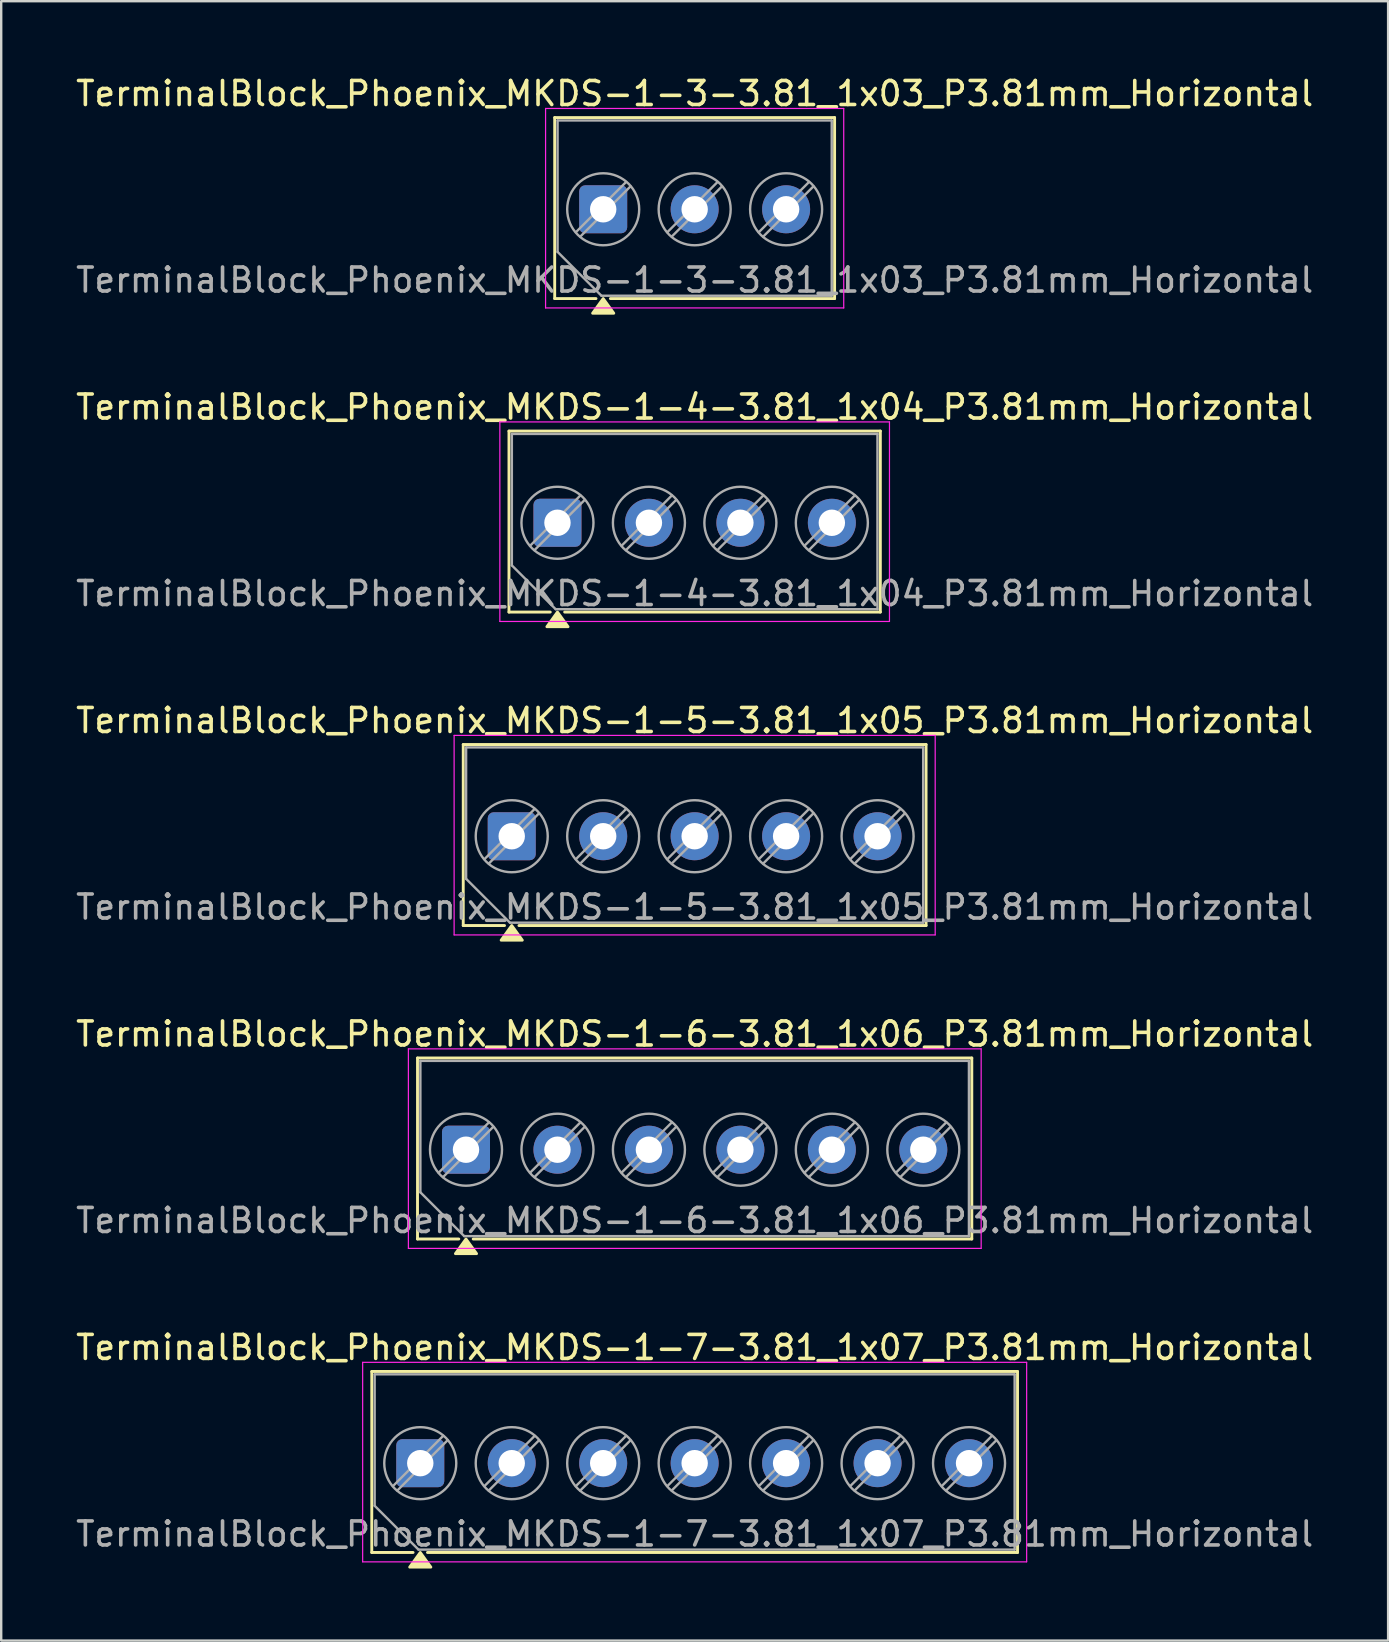
<source format=kicad_pcb>
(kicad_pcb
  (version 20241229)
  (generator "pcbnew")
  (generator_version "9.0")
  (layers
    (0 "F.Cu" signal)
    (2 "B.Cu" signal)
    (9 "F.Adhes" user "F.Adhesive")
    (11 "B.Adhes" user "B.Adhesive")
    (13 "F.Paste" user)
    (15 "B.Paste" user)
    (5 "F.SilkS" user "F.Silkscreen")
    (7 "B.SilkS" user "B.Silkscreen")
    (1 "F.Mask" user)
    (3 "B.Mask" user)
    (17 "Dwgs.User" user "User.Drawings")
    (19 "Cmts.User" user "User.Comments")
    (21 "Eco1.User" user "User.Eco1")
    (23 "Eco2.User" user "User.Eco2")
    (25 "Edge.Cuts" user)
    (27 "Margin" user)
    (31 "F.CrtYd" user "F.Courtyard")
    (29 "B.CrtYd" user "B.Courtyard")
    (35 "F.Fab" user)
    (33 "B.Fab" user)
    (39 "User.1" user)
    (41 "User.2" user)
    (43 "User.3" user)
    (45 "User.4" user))
  (footprint "TerminalBlock_Phoenix_MKDS-1-3-3.81_1x03_P3.81mm_Horizontal"
    (layer "F.Cu")
    (at 22.077 5.668)
    (property "Reference" "TerminalBlock_Phoenix_MKDS-1-3-3.81_1x03_P3.81mm_Horizontal" (at 3.81 -4.82 0) (layer "F.SilkS") (effects (font (size 1 1) (thickness 0.15))))
    (attr through_hole)
    (fp_line (start -2.02 -3.82) (end 9.64 -3.82) (stroke (width 0.12) (type solid)) (layer "F.SilkS"))
    (fp_line (start -2.02 3.72) (end -2.02 -3.82) (stroke (width 0.12) (type solid)) (layer "F.SilkS"))
    (fp_line (start -0.3 3.72) (end -2.02 3.72) (stroke (width 0.12) (type solid)) (layer "F.SilkS"))
    (fp_line (start 9.64 -3.82) (end 9.64 3.72) (stroke (width 0.12) (type solid)) (layer "F.SilkS"))
    (fp_line (start 9.64 3.72) (end 0.3 3.72) (stroke (width 0.12) (type solid)) (layer "F.SilkS"))
    (fp_poly (pts (xy 0 3.72) (xy 0.44 4.33) (xy -0.44 4.33)) (stroke (width 0.12) (type solid)) (fill yes) (layer "F.SilkS"))
    (fp_line (start -2.4 -4.2) (end -2.4 4.11) (stroke (width 0.05) (type solid)) (layer "F.CrtYd"))
    (fp_line (start -2.4 4.11) (end 10.02 4.11) (stroke (width 0.05) (type solid)) (layer "F.CrtYd"))
    (fp_line (start 10.02 -4.2) (end -2.4 -4.2) (stroke (width 0.05) (type solid)) (layer "F.CrtYd"))
    (fp_line (start 10.02 4.11) (end 10.02 -4.2) (stroke (width 0.05) (type solid)) (layer "F.CrtYd"))
    (fp_line (start -1.9 -3.7) (end 9.52 -3.7) (stroke (width 0.1) (type solid)) (layer "F.Fab"))
    (fp_line (start -1.9 1.775) (end -1.9 -3.7) (stroke (width 0.1) (type solid)) (layer "F.Fab"))
    (fp_line (start -0.075 3.6) (end -1.9 1.775) (stroke (width 0.1) (type solid)) (layer "F.Fab"))
    (fp_line (start 0.955 -1.138) (end -1.138 0.955) (stroke (width 0.1) (type solid)) (layer "F.Fab"))
    (fp_line (start 1.138 -0.955) (end -0.955 1.138) (stroke (width 0.1) (type solid)) (layer "F.Fab"))
    (fp_line (start 4.765 -1.138) (end 2.672 0.955) (stroke (width 0.1) (type solid)) (layer "F.Fab"))
    (fp_line (start 4.948 -0.955) (end 2.855 1.138) (stroke (width 0.1) (type solid)) (layer "F.Fab"))
    (fp_line (start 8.575 -1.138) (end 6.482 0.955) (stroke (width 0.1) (type solid)) (layer "F.Fab"))
    (fp_line (start 8.758 -0.955) (end 6.665 1.138) (stroke (width 0.1) (type solid)) (layer "F.Fab"))
    (fp_line (start 9.52 -3.7) (end 9.52 3.6) (stroke (width 0.1) (type solid)) (layer "F.Fab"))
    (fp_line (start 9.52 3.6) (end -0.075 3.6) (stroke (width 0.1) (type solid)) (layer "F.Fab"))
    (fp_circle (center 0 0) (end 1.5 0) (stroke (width 0.1) (type solid)) (fill no) (layer "F.Fab"))
    (fp_circle (center 3.81 0) (end 5.31 0) (stroke (width 0.1) (type solid)) (fill no) (layer "F.Fab"))
    (fp_circle (center 7.62 0) (end 9.12 0) (stroke (width 0.1) (type solid)) (fill no) (layer "F.Fab"))
    (fp_text user "${REFERENCE}" (at 3.81 2.95 0) (layer "F.Fab") (effects (font (size 1 1) (thickness 0.15))))
    (pad "1" thru_hole roundrect (at 0 0) (size 2 2) (drill 1.1) (layers "*.Cu" "*.Mask") (roundrect_rratio 0.125))
    (pad "2" thru_hole circle (at 3.81 0) (size 2 2) (drill 1.1) (layers "*.Cu" "*.Mask"))
    (pad "3" thru_hole circle (at 7.62 0) (size 2 2) (drill 1.1) (layers "*.Cu" "*.Mask")))
  (footprint "TerminalBlock_Phoenix_MKDS-1-6-3.81_1x06_P3.81mm_Horizontal"
    (layer "F.Cu")
    (at 16.362 44.843)
    (property "Reference" "TerminalBlock_Phoenix_MKDS-1-6-3.81_1x06_P3.81mm_Horizontal" (at 9.525 -4.82 0) (layer "F.SilkS") (effects (font (size 1 1) (thickness 0.15))))
    (attr through_hole)
    (fp_line (start -2.02 -3.82) (end 21.07 -3.82) (stroke (width 0.12) (type solid)) (layer "F.SilkS"))
    (fp_line (start -2.02 3.72) (end -2.02 -3.82) (stroke (width 0.12) (type solid)) (layer "F.SilkS"))
    (fp_line (start -0.3 3.72) (end -2.02 3.72) (stroke (width 0.12) (type solid)) (layer "F.SilkS"))
    (fp_line (start 21.07 -3.82) (end 21.07 3.72) (stroke (width 0.12) (type solid)) (layer "F.SilkS"))
    (fp_line (start 21.07 3.72) (end 0.3 3.72) (stroke (width 0.12) (type solid)) (layer "F.SilkS"))
    (fp_poly (pts (xy 0 3.72) (xy 0.44 4.33) (xy -0.44 4.33)) (stroke (width 0.12) (type solid)) (fill yes) (layer "F.SilkS"))
    (fp_line (start -2.4 -4.2) (end -2.4 4.11) (stroke (width 0.05) (type solid)) (layer "F.CrtYd"))
    (fp_line (start -2.4 4.11) (end 21.46 4.11) (stroke (width 0.05) (type solid)) (layer "F.CrtYd"))
    (fp_line (start 21.46 -4.2) (end -2.4 -4.2) (stroke (width 0.05) (type solid)) (layer "F.CrtYd"))
    (fp_line (start 21.46 4.11) (end 21.46 -4.2) (stroke (width 0.05) (type solid)) (layer "F.CrtYd"))
    (fp_line (start -1.9 -3.7) (end 20.95 -3.7) (stroke (width 0.1) (type solid)) (layer "F.Fab"))
    (fp_line (start -1.9 1.775) (end -1.9 -3.7) (stroke (width 0.1) (type solid)) (layer "F.Fab"))
    (fp_line (start -0.075 3.6) (end -1.9 1.775) (stroke (width 0.1) (type solid)) (layer "F.Fab"))
    (fp_line (start 0.955 -1.138) (end -1.138 0.955) (stroke (width 0.1) (type solid)) (layer "F.Fab"))
    (fp_line (start 1.138 -0.955) (end -0.955 1.138) (stroke (width 0.1) (type solid)) (layer "F.Fab"))
    (fp_line (start 4.765 -1.138) (end 2.672 0.955) (stroke (width 0.1) (type solid)) (layer "F.Fab"))
    (fp_line (start 4.948 -0.955) (end 2.855 1.138) (stroke (width 0.1) (type solid)) (layer "F.Fab"))
    (fp_line (start 8.575 -1.138) (end 6.482 0.955) (stroke (width 0.1) (type solid)) (layer "F.Fab"))
    (fp_line (start 8.758 -0.955) (end 6.665 1.138) (stroke (width 0.1) (type solid)) (layer "F.Fab"))
    (fp_line (start 12.385 -1.138) (end 10.292 0.955) (stroke (width 0.1) (type solid)) (layer "F.Fab"))
    (fp_line (start 12.568 -0.955) (end 10.475 1.138) (stroke (width 0.1) (type solid)) (layer "F.Fab"))
    (fp_line (start 16.195 -1.138) (end 14.102 0.955) (stroke (width 0.1) (type solid)) (layer "F.Fab"))
    (fp_line (start 16.378 -0.955) (end 14.285 1.138) (stroke (width 0.1) (type solid)) (layer "F.Fab"))
    (fp_line (start 20.005 -1.138) (end 17.912 0.955) (stroke (width 0.1) (type solid)) (layer "F.Fab"))
    (fp_line (start 20.188 -0.955) (end 18.095 1.138) (stroke (width 0.1) (type solid)) (layer "F.Fab"))
    (fp_line (start 20.95 -3.7) (end 20.95 3.6) (stroke (width 0.1) (type solid)) (layer "F.Fab"))
    (fp_line (start 20.95 3.6) (end -0.075 3.6) (stroke (width 0.1) (type solid)) (layer "F.Fab"))
    (fp_circle (center 0 0) (end 1.5 0) (stroke (width 0.1) (type solid)) (fill no) (layer "F.Fab"))
    (fp_circle (center 3.81 0) (end 5.31 0) (stroke (width 0.1) (type solid)) (fill no) (layer "F.Fab"))
    (fp_circle (center 7.62 0) (end 9.12 0) (stroke (width 0.1) (type solid)) (fill no) (layer "F.Fab"))
    (fp_circle (center 11.43 0) (end 12.93 0) (stroke (width 0.1) (type solid)) (fill no) (layer "F.Fab"))
    (fp_circle (center 15.24 0) (end 16.74 0) (stroke (width 0.1) (type solid)) (fill no) (layer "F.Fab"))
    (fp_circle (center 19.05 0) (end 20.55 0) (stroke (width 0.1) (type solid)) (fill no) (layer "F.Fab"))
    (fp_text user "${REFERENCE}" (at 9.525 2.95 0) (layer "F.Fab") (effects (font (size 1 1) (thickness 0.15))))
    (pad "1" thru_hole roundrect (at 0 0) (size 2 2) (drill 1.1) (layers "*.Cu" "*.Mask") (roundrect_rratio 0.125))
    (pad "2" thru_hole circle (at 3.81 0) (size 2 2) (drill 1.1) (layers "*.Cu" "*.Mask"))
    (pad "3" thru_hole circle (at 7.62 0) (size 2 2) (drill 1.1) (layers "*.Cu" "*.Mask"))
    (pad "4" thru_hole circle (at 11.43 0) (size 2 2) (drill 1.1) (layers "*.Cu" "*.Mask"))
    (pad "5" thru_hole circle (at 15.24 0) (size 2 2) (drill 1.1) (layers "*.Cu" "*.Mask"))
    (pad "6" thru_hole circle (at 19.05 0) (size 2 2) (drill 1.1) (layers "*.Cu" "*.Mask")))
  (footprint "TerminalBlock_Phoenix_MKDS-1-4-3.81_1x04_P3.81mm_Horizontal"
    (layer "F.Cu")
    (at 20.172 18.727)
    (property "Reference" "TerminalBlock_Phoenix_MKDS-1-4-3.81_1x04_P3.81mm_Horizontal" (at 5.715 -4.82 0) (layer "F.SilkS") (effects (font (size 1 1) (thickness 0.15))))
    (attr through_hole)
    (fp_line (start -2.02 -3.82) (end 13.45 -3.82) (stroke (width 0.12) (type solid)) (layer "F.SilkS"))
    (fp_line (start -2.02 3.72) (end -2.02 -3.82) (stroke (width 0.12) (type solid)) (layer "F.SilkS"))
    (fp_line (start -0.3 3.72) (end -2.02 3.72) (stroke (width 0.12) (type solid)) (layer "F.SilkS"))
    (fp_line (start 13.45 -3.82) (end 13.45 3.72) (stroke (width 0.12) (type solid)) (layer "F.SilkS"))
    (fp_line (start 13.45 3.72) (end 0.3 3.72) (stroke (width 0.12) (type solid)) (layer "F.SilkS"))
    (fp_poly (pts (xy 0 3.72) (xy 0.44 4.33) (xy -0.44 4.33)) (stroke (width 0.12) (type solid)) (fill yes) (layer "F.SilkS"))
    (fp_line (start -2.4 -4.2) (end -2.4 4.11) (stroke (width 0.05) (type solid)) (layer "F.CrtYd"))
    (fp_line (start -2.4 4.11) (end 13.83 4.11) (stroke (width 0.05) (type solid)) (layer "F.CrtYd"))
    (fp_line (start 13.83 -4.2) (end -2.4 -4.2) (stroke (width 0.05) (type solid)) (layer "F.CrtYd"))
    (fp_line (start 13.83 4.11) (end 13.83 -4.2) (stroke (width 0.05) (type solid)) (layer "F.CrtYd"))
    (fp_line (start -1.9 -3.7) (end 13.33 -3.7) (stroke (width 0.1) (type solid)) (layer "F.Fab"))
    (fp_line (start -1.9 1.775) (end -1.9 -3.7) (stroke (width 0.1) (type solid)) (layer "F.Fab"))
    (fp_line (start -0.075 3.6) (end -1.9 1.775) (stroke (width 0.1) (type solid)) (layer "F.Fab"))
    (fp_line (start 0.955 -1.138) (end -1.138 0.955) (stroke (width 0.1) (type solid)) (layer "F.Fab"))
    (fp_line (start 1.138 -0.955) (end -0.955 1.138) (stroke (width 0.1) (type solid)) (layer "F.Fab"))
    (fp_line (start 4.765 -1.138) (end 2.672 0.955) (stroke (width 0.1) (type solid)) (layer "F.Fab"))
    (fp_line (start 4.948 -0.955) (end 2.855 1.138) (stroke (width 0.1) (type solid)) (layer "F.Fab"))
    (fp_line (start 8.575 -1.138) (end 6.482 0.955) (stroke (width 0.1) (type solid)) (layer "F.Fab"))
    (fp_line (start 8.758 -0.955) (end 6.665 1.138) (stroke (width 0.1) (type solid)) (layer "F.Fab"))
    (fp_line (start 12.385 -1.138) (end 10.292 0.955) (stroke (width 0.1) (type solid)) (layer "F.Fab"))
    (fp_line (start 12.568 -0.955) (end 10.475 1.138) (stroke (width 0.1) (type solid)) (layer "F.Fab"))
    (fp_line (start 13.33 -3.7) (end 13.33 3.6) (stroke (width 0.1) (type solid)) (layer "F.Fab"))
    (fp_line (start 13.33 3.6) (end -0.075 3.6) (stroke (width 0.1) (type solid)) (layer "F.Fab"))
    (fp_circle (center 0 0) (end 1.5 0) (stroke (width 0.1) (type solid)) (fill no) (layer "F.Fab"))
    (fp_circle (center 3.81 0) (end 5.31 0) (stroke (width 0.1) (type solid)) (fill no) (layer "F.Fab"))
    (fp_circle (center 7.62 0) (end 9.12 0) (stroke (width 0.1) (type solid)) (fill no) (layer "F.Fab"))
    (fp_circle (center 11.43 0) (end 12.93 0) (stroke (width 0.1) (type solid)) (fill no) (layer "F.Fab"))
    (fp_text user "${REFERENCE}" (at 5.715 2.95 0) (layer "F.Fab") (effects (font (size 1 1) (thickness 0.15))))
    (pad "1" thru_hole roundrect (at 0 0) (size 2 2) (drill 1.1) (layers "*.Cu" "*.Mask") (roundrect_rratio 0.125))
    (pad "2" thru_hole circle (at 3.81 0) (size 2 2) (drill 1.1) (layers "*.Cu" "*.Mask"))
    (pad "3" thru_hole circle (at 7.62 0) (size 2 2) (drill 1.1) (layers "*.Cu" "*.Mask"))
    (pad "4" thru_hole circle (at 11.43 0) (size 2 2) (drill 1.1) (layers "*.Cu" "*.Mask")))
  (footprint "TerminalBlock_Phoenix_MKDS-1-7-3.81_1x07_P3.81mm_Horizontal"
    (layer "F.Cu")
    (at 14.457 57.901)
    (property "Reference" "TerminalBlock_Phoenix_MKDS-1-7-3.81_1x07_P3.81mm_Horizontal" (at 11.43 -4.82 0) (layer "F.SilkS") (effects (font (size 1 1) (thickness 0.15))))
    (attr through_hole)
    (fp_line (start -2.02 -3.82) (end 24.88 -3.82) (stroke (width 0.12) (type solid)) (layer "F.SilkS"))
    (fp_line (start -2.02 3.72) (end -2.02 -3.82) (stroke (width 0.12) (type solid)) (layer "F.SilkS"))
    (fp_line (start -0.3 3.72) (end -2.02 3.72) (stroke (width 0.12) (type solid)) (layer "F.SilkS"))
    (fp_line (start 24.88 -3.82) (end 24.88 3.72) (stroke (width 0.12) (type solid)) (layer "F.SilkS"))
    (fp_line (start 24.88 3.72) (end 0.3 3.72) (stroke (width 0.12) (type solid)) (layer "F.SilkS"))
    (fp_poly (pts (xy 0 3.72) (xy 0.44 4.33) (xy -0.44 4.33)) (stroke (width 0.12) (type solid)) (fill yes) (layer "F.SilkS"))
    (fp_line (start -2.4 -4.2) (end -2.4 4.11) (stroke (width 0.05) (type solid)) (layer "F.CrtYd"))
    (fp_line (start -2.4 4.11) (end 25.26 4.11) (stroke (width 0.05) (type solid)) (layer "F.CrtYd"))
    (fp_line (start 25.26 -4.2) (end -2.4 -4.2) (stroke (width 0.05) (type solid)) (layer "F.CrtYd"))
    (fp_line (start 25.26 4.11) (end 25.26 -4.2) (stroke (width 0.05) (type solid)) (layer "F.CrtYd"))
    (fp_line (start -1.9 -3.7) (end 24.76 -3.7) (stroke (width 0.1) (type solid)) (layer "F.Fab"))
    (fp_line (start -1.9 1.775) (end -1.9 -3.7) (stroke (width 0.1) (type solid)) (layer "F.Fab"))
    (fp_line (start -0.075 3.6) (end -1.9 1.775) (stroke (width 0.1) (type solid)) (layer "F.Fab"))
    (fp_line (start 0.955 -1.138) (end -1.138 0.955) (stroke (width 0.1) (type solid)) (layer "F.Fab"))
    (fp_line (start 1.138 -0.955) (end -0.955 1.138) (stroke (width 0.1) (type solid)) (layer "F.Fab"))
    (fp_line (start 4.765 -1.138) (end 2.672 0.955) (stroke (width 0.1) (type solid)) (layer "F.Fab"))
    (fp_line (start 4.948 -0.955) (end 2.855 1.138) (stroke (width 0.1) (type solid)) (layer "F.Fab"))
    (fp_line (start 8.575 -1.138) (end 6.482 0.955) (stroke (width 0.1) (type solid)) (layer "F.Fab"))
    (fp_line (start 8.758 -0.955) (end 6.665 1.138) (stroke (width 0.1) (type solid)) (layer "F.Fab"))
    (fp_line (start 12.385 -1.138) (end 10.292 0.955) (stroke (width 0.1) (type solid)) (layer "F.Fab"))
    (fp_line (start 12.568 -0.955) (end 10.475 1.138) (stroke (width 0.1) (type solid)) (layer "F.Fab"))
    (fp_line (start 16.195 -1.138) (end 14.102 0.955) (stroke (width 0.1) (type solid)) (layer "F.Fab"))
    (fp_line (start 16.378 -0.955) (end 14.285 1.138) (stroke (width 0.1) (type solid)) (layer "F.Fab"))
    (fp_line (start 20.005 -1.138) (end 17.912 0.955) (stroke (width 0.1) (type solid)) (layer "F.Fab"))
    (fp_line (start 20.188 -0.955) (end 18.095 1.138) (stroke (width 0.1) (type solid)) (layer "F.Fab"))
    (fp_line (start 23.815 -1.138) (end 21.722 0.955) (stroke (width 0.1) (type solid)) (layer "F.Fab"))
    (fp_line (start 23.998 -0.955) (end 21.905 1.138) (stroke (width 0.1) (type solid)) (layer "F.Fab"))
    (fp_line (start 24.76 -3.7) (end 24.76 3.6) (stroke (width 0.1) (type solid)) (layer "F.Fab"))
    (fp_line (start 24.76 3.6) (end -0.075 3.6) (stroke (width 0.1) (type solid)) (layer "F.Fab"))
    (fp_circle (center 0 0) (end 1.5 0) (stroke (width 0.1) (type solid)) (fill no) (layer "F.Fab"))
    (fp_circle (center 3.81 0) (end 5.31 0) (stroke (width 0.1) (type solid)) (fill no) (layer "F.Fab"))
    (fp_circle (center 7.62 0) (end 9.12 0) (stroke (width 0.1) (type solid)) (fill no) (layer "F.Fab"))
    (fp_circle (center 11.43 0) (end 12.93 0) (stroke (width 0.1) (type solid)) (fill no) (layer "F.Fab"))
    (fp_circle (center 15.24 0) (end 16.74 0) (stroke (width 0.1) (type solid)) (fill no) (layer "F.Fab"))
    (fp_circle (center 19.05 0) (end 20.55 0) (stroke (width 0.1) (type solid)) (fill no) (layer "F.Fab"))
    (fp_circle (center 22.86 0) (end 24.36 0) (stroke (width 0.1) (type solid)) (fill no) (layer "F.Fab"))
    (fp_text user "${REFERENCE}" (at 11.43 2.95 0) (layer "F.Fab") (effects (font (size 1 1) (thickness 0.15))))
    (pad "1" thru_hole roundrect (at 0 0) (size 2 2) (drill 1.1) (layers "*.Cu" "*.Mask") (roundrect_rratio 0.125))
    (pad "2" thru_hole circle (at 3.81 0) (size 2 2) (drill 1.1) (layers "*.Cu" "*.Mask"))
    (pad "3" thru_hole circle (at 7.62 0) (size 2 2) (drill 1.1) (layers "*.Cu" "*.Mask"))
    (pad "4" thru_hole circle (at 11.43 0) (size 2 2) (drill 1.1) (layers "*.Cu" "*.Mask"))
    (pad "5" thru_hole circle (at 15.24 0) (size 2 2) (drill 1.1) (layers "*.Cu" "*.Mask"))
    (pad "6" thru_hole circle (at 19.05 0) (size 2 2) (drill 1.1) (layers "*.Cu" "*.Mask"))
    (pad "7" thru_hole circle (at 22.86 0) (size 2 2) (drill 1.1) (layers "*.Cu" "*.Mask")))
  (footprint "TerminalBlock_Phoenix_MKDS-1-5-3.81_1x05_P3.81mm_Horizontal"
    (layer "F.Cu")
    (at 18.267 31.785)
    (property "Reference" "TerminalBlock_Phoenix_MKDS-1-5-3.81_1x05_P3.81mm_Horizontal" (at 7.62 -4.82 0) (layer "F.SilkS") (effects (font (size 1 1) (thickness 0.15))))
    (attr through_hole)
    (fp_line (start -2.02 -3.82) (end 17.26 -3.82) (stroke (width 0.12) (type solid)) (layer "F.SilkS"))
    (fp_line (start -2.02 3.72) (end -2.02 -3.82) (stroke (width 0.12) (type solid)) (layer "F.SilkS"))
    (fp_line (start -0.3 3.72) (end -2.02 3.72) (stroke (width 0.12) (type solid)) (layer "F.SilkS"))
    (fp_line (start 17.26 -3.82) (end 17.26 3.72) (stroke (width 0.12) (type solid)) (layer "F.SilkS"))
    (fp_line (start 17.26 3.72) (end 0.3 3.72) (stroke (width 0.12) (type solid)) (layer "F.SilkS"))
    (fp_poly (pts (xy 0 3.72) (xy 0.44 4.33) (xy -0.44 4.33)) (stroke (width 0.12) (type solid)) (fill yes) (layer "F.SilkS"))
    (fp_line (start -2.4 -4.2) (end -2.4 4.11) (stroke (width 0.05) (type solid)) (layer "F.CrtYd"))
    (fp_line (start -2.4 4.11) (end 17.64 4.11) (stroke (width 0.05) (type solid)) (layer "F.CrtYd"))
    (fp_line (start 17.64 -4.2) (end -2.4 -4.2) (stroke (width 0.05) (type solid)) (layer "F.CrtYd"))
    (fp_line (start 17.64 4.11) (end 17.64 -4.2) (stroke (width 0.05) (type solid)) (layer "F.CrtYd"))
    (fp_line (start -1.9 -3.7) (end 17.14 -3.7) (stroke (width 0.1) (type solid)) (layer "F.Fab"))
    (fp_line (start -1.9 1.775) (end -1.9 -3.7) (stroke (width 0.1) (type solid)) (layer "F.Fab"))
    (fp_line (start -0.075 3.6) (end -1.9 1.775) (stroke (width 0.1) (type solid)) (layer "F.Fab"))
    (fp_line (start 0.955 -1.138) (end -1.138 0.955) (stroke (width 0.1) (type solid)) (layer "F.Fab"))
    (fp_line (start 1.138 -0.955) (end -0.955 1.138) (stroke (width 0.1) (type solid)) (layer "F.Fab"))
    (fp_line (start 4.765 -1.138) (end 2.672 0.955) (stroke (width 0.1) (type solid)) (layer "F.Fab"))
    (fp_line (start 4.948 -0.955) (end 2.855 1.138) (stroke (width 0.1) (type solid)) (layer "F.Fab"))
    (fp_line (start 8.575 -1.138) (end 6.482 0.955) (stroke (width 0.1) (type solid)) (layer "F.Fab"))
    (fp_line (start 8.758 -0.955) (end 6.665 1.138) (stroke (width 0.1) (type solid)) (layer "F.Fab"))
    (fp_line (start 12.385 -1.138) (end 10.292 0.955) (stroke (width 0.1) (type solid)) (layer "F.Fab"))
    (fp_line (start 12.568 -0.955) (end 10.475 1.138) (stroke (width 0.1) (type solid)) (layer "F.Fab"))
    (fp_line (start 16.195 -1.138) (end 14.102 0.955) (stroke (width 0.1) (type solid)) (layer "F.Fab"))
    (fp_line (start 16.378 -0.955) (end 14.285 1.138) (stroke (width 0.1) (type solid)) (layer "F.Fab"))
    (fp_line (start 17.14 -3.7) (end 17.14 3.6) (stroke (width 0.1) (type solid)) (layer "F.Fab"))
    (fp_line (start 17.14 3.6) (end -0.075 3.6) (stroke (width 0.1) (type solid)) (layer "F.Fab"))
    (fp_circle (center 0 0) (end 1.5 0) (stroke (width 0.1) (type solid)) (fill no) (layer "F.Fab"))
    (fp_circle (center 3.81 0) (end 5.31 0) (stroke (width 0.1) (type solid)) (fill no) (layer "F.Fab"))
    (fp_circle (center 7.62 0) (end 9.12 0) (stroke (width 0.1) (type solid)) (fill no) (layer "F.Fab"))
    (fp_circle (center 11.43 0) (end 12.93 0) (stroke (width 0.1) (type solid)) (fill no) (layer "F.Fab"))
    (fp_circle (center 15.24 0) (end 16.74 0) (stroke (width 0.1) (type solid)) (fill no) (layer "F.Fab"))
    (fp_text user "${REFERENCE}" (at 7.62 2.95 0) (layer "F.Fab") (effects (font (size 1 1) (thickness 0.15))))
    (pad "1" thru_hole roundrect (at 0 0) (size 2 2) (drill 1.1) (layers "*.Cu" "*.Mask") (roundrect_rratio 0.125))
    (pad "2" thru_hole circle (at 3.81 0) (size 2 2) (drill 1.1) (layers "*.Cu" "*.Mask"))
    (pad "3" thru_hole circle (at 7.62 0) (size 2 2) (drill 1.1) (layers "*.Cu" "*.Mask"))
    (pad "4" thru_hole circle (at 11.43 0) (size 2 2) (drill 1.1) (layers "*.Cu" "*.Mask"))
    (pad "5" thru_hole circle (at 15.24 0) (size 2 2) (drill 1.1) (layers "*.Cu" "*.Mask")))
  (gr_rect
    (start -3 -3)
    (end 54.774 65.291)
    (stroke (width 0.1) (type default))
    (fill no)
    (layer "Edge.Cuts")))
</source>
